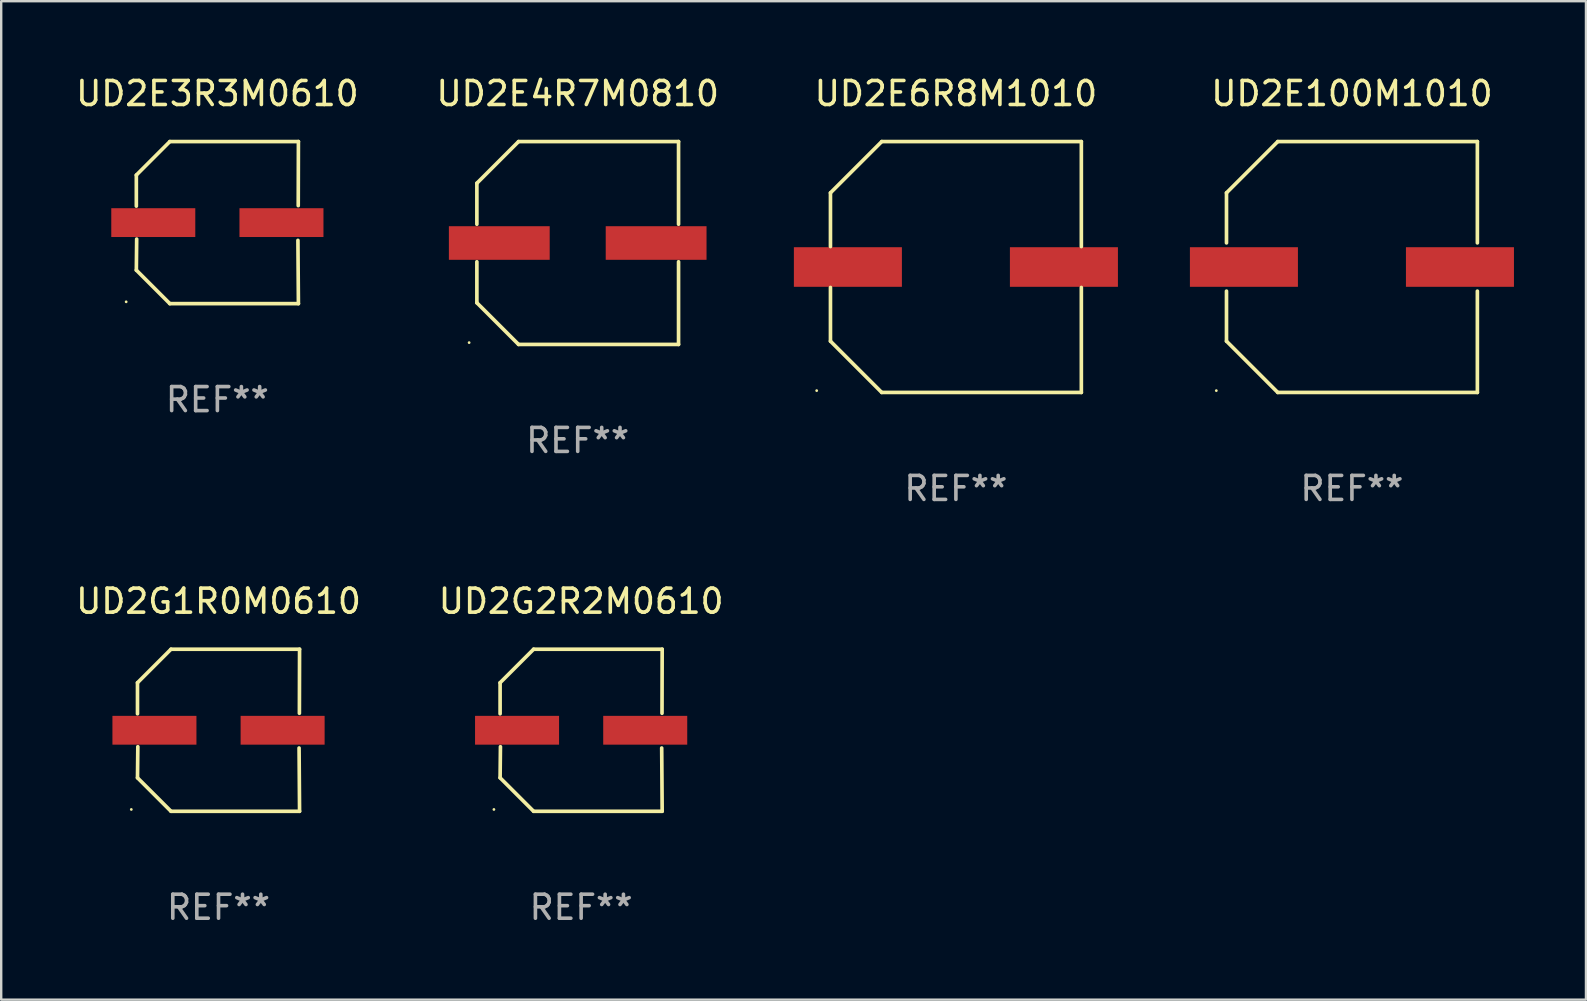
<source format=kicad_pcb>
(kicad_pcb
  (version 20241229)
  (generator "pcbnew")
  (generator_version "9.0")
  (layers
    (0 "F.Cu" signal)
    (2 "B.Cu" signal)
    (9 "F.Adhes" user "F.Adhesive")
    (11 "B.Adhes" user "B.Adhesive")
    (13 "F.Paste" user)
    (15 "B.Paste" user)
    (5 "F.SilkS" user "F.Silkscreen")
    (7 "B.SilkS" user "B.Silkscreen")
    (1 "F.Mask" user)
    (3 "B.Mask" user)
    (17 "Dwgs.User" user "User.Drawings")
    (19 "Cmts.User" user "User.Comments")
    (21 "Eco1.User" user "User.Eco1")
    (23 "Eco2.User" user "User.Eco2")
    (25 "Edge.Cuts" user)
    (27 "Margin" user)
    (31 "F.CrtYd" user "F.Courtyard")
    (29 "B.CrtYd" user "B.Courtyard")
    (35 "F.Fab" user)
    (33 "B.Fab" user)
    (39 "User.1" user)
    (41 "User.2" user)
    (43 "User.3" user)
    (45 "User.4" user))
  (footprint "UD2E6R8M1010"
    (layer "F.Cu")
    (at 36.774 8.074)
    (property "Reference" "UD2E6R8M1010" (at 0 -7.226 0) (layer "F.SilkS") (effects (font (size 1 1) (thickness 0.15))))
    (attr through_hole)
    (fp_line (start -5.226 -3.09) (end -5.226 -0.852) (stroke (width 0.152) (type solid)) (layer "F.SilkS"))
    (fp_line (start -5.226 3.09) (end -5.226 0.852) (stroke (width 0.152) (type solid)) (layer "F.SilkS"))
    (fp_line (start -3.09 -5.226) (end -5.226 -3.09) (stroke (width 0.152) (type solid)) (layer "F.SilkS"))
    (fp_line (start -3.09 5.226) (end -5.226 3.09) (stroke (width 0.152) (type solid)) (layer "F.SilkS"))
    (fp_line (start 5.226 -5.226) (end -3.09 -5.226) (stroke (width 0.152) (type solid)) (layer "F.SilkS"))
    (fp_line (start 5.226 -0.852) (end 5.226 -5.226) (stroke (width 0.152) (type solid)) (layer "F.SilkS"))
    (fp_line (start 5.226 0.852) (end 5.226 5.226) (stroke (width 0.152) (type solid)) (layer "F.SilkS"))
    (fp_line (start 5.226 5.226) (end -3.09 5.226) (stroke (width 0.152) (type solid)) (layer "F.SilkS"))
    (fp_circle (center -5.8 5.15) (end -5.77 5.15) (stroke (width 0.06) (type solid)) (fill no) (layer "F.SilkS"))
    (fp_text user "REF**" (at 0 9.226 0) (layer "F.Fab") (effects (font (size 1 1) (thickness 0.15))))
    (pad "1" smd rect (at -4.5 0) (size 4.5 1.65) (layers "F.Cu" "F.Mask" "F.Paste"))
    (pad "2" smd rect (at 4.5 0) (size 4.5 1.65) (layers "F.Cu" "F.Mask" "F.Paste")))
  (footprint "UD2E100M1010"
    (layer "F.Cu")
    (at 53.273 8.074)
    (property "Reference" "UD2E100M1010" (at 0 -7.226 0) (layer "F.SilkS") (effects (font (size 1 1) (thickness 0.15))))
    (attr through_hole)
    (fp_line (start -5.226 -3.09) (end -5.226 -1.005) (stroke (width 0.152) (type solid)) (layer "F.SilkS"))
    (fp_line (start -5.226 1.005) (end -5.226 3.09) (stroke (width 0.152) (type solid)) (layer "F.SilkS"))
    (fp_line (start -3.09 -5.226) (end -5.226 -3.09) (stroke (width 0.152) (type solid)) (layer "F.SilkS"))
    (fp_line (start -3.09 5.226) (end -5.226 3.09) (stroke (width 0.152) (type solid)) (layer "F.SilkS"))
    (fp_line (start 5.226 -5.226) (end -3.09 -5.226) (stroke (width 0.152) (type solid)) (layer "F.SilkS"))
    (fp_line (start 5.226 -1.005) (end 5.226 -5.226) (stroke (width 0.152) (type solid)) (layer "F.SilkS"))
    (fp_line (start 5.226 5.226) (end -3.09 5.226) (stroke (width 0.152) (type solid)) (layer "F.SilkS"))
    (fp_line (start 5.226 5.226) (end 5.226 1.005) (stroke (width 0.152) (type solid)) (layer "F.SilkS"))
    (fp_circle (center -5.65 5.15) (end -5.62 5.15) (stroke (width 0.06) (type solid)) (fill no) (layer "F.SilkS"))
    (fp_text user "REF**" (at 0 9.226 0) (layer "F.Fab") (effects (font (size 1 1) (thickness 0.15))))
    (pad "1" smd rect (at -4.5 0) (size 4.5 1.65) (layers "F.Cu" "F.Mask" "F.Paste"))
    (pad "2" smd rect (at 4.5 0) (size 4.5 1.65) (layers "F.Cu" "F.Mask" "F.Paste")))
  (footprint "UD2G1R0M0610"
    (layer "F.Cu")
    (at 6.054 27.373)
    (property "Reference" "UD2G1R0M0610" (at 0 -5.376 0) (layer "F.SilkS") (effects (font (size 1 1) (thickness 0.15))))
    (attr through_hole)
    (fp_line (start -3.376 -1.98) (end -3.376 -0.686) (stroke (width 0.152) (type solid)) (layer "F.SilkS"))
    (fp_line (start -3.376 1.981) (end -3.362 0.686) (stroke (width 0.152) (type solid)) (layer "F.SilkS"))
    (fp_line (start -1.981 3.376) (end -3.376 1.981) (stroke (width 0.152) (type solid)) (layer "F.SilkS"))
    (fp_line (start -1.98 -3.376) (end -3.376 -1.98) (stroke (width 0.152) (type solid)) (layer "F.SilkS"))
    (fp_line (start 3.356 0.74) (end 3.376 3.376) (stroke (width 0.152) (type solid)) (layer "F.SilkS"))
    (fp_line (start 3.369 -0.707) (end 3.376 -3.376) (stroke (width 0.152) (type solid)) (layer "F.SilkS"))
    (fp_line (start 3.376 3.376) (end -1.981 3.376) (stroke (width 0.152) (type solid)) (layer "F.SilkS"))
    (fp_line (start 3.376 -3.376) (end -1.98 -3.376) (stroke (width 0.152) (type solid)) (layer "F.SilkS"))
    (fp_circle (center -3.634 3.3) (end -3.604 3.3) (stroke (width 0.06) (type solid)) (fill no) (layer "F.SilkS"))
    (fp_text user "REF**" (at 0 7.376 0) (layer "F.Fab") (effects (font (size 1 1) (thickness 0.15))))
    (pad "1" smd rect (at -2.67 0.000254) (size 3.5 1.2) (layers "F.Cu" "F.Mask" "F.Paste"))
    (pad "2" smd rect (at 2.67 0.000254) (size 3.5 1.2) (layers "F.Cu" "F.Mask" "F.Paste")))
  (footprint "UD2E4R7M0810"
    (layer "F.Cu")
    (at 21.018 7.074)
    (property "Reference" "UD2E4R7M0810" (at 0 -6.226 0) (layer "F.SilkS") (effects (font (size 1 1) (thickness 0.15))))
    (attr through_hole)
    (fp_line (start -4.201 -2.49) (end -4.201 -0.782) (stroke (width 0.152) (type solid)) (layer "F.SilkS"))
    (fp_line (start -4.201 2.49) (end -4.201 0.782) (stroke (width 0.152) (type solid)) (layer "F.SilkS"))
    (fp_line (start -2.465 -4.226) (end -4.201 -2.49) (stroke (width 0.152) (type solid)) (layer "F.SilkS"))
    (fp_line (start -2.465 4.226) (end -4.201 2.49) (stroke (width 0.152) (type solid)) (layer "F.SilkS"))
    (fp_line (start 4.201 -4.226) (end -2.465 -4.226) (stroke (width 0.152) (type solid)) (layer "F.SilkS"))
    (fp_line (start 4.201 -0.782) (end 4.201 -4.226) (stroke (width 0.152) (type solid)) (layer "F.SilkS"))
    (fp_line (start 4.201 0.782) (end 4.201 4.226) (stroke (width 0.152) (type solid)) (layer "F.SilkS"))
    (fp_line (start 4.201 4.226) (end -2.465 4.226) (stroke (width 0.152) (type solid)) (layer "F.SilkS"))
    (fp_circle (center -4.524 4.15) (end -4.494 4.15) (stroke (width 0.06) (type solid)) (fill no) (layer "F.SilkS"))
    (fp_text user "REF**" (at 0 8.226 0) (layer "F.Fab") (effects (font (size 1 1) (thickness 0.15))))
    (pad "1" smd rect (at -3.267 0) (size 4.2 1.4) (layers "F.Cu" "F.Mask" "F.Paste"))
    (pad "2" smd rect (at 3.267 0) (size 4.2 1.4) (layers "F.Cu" "F.Mask" "F.Paste")))
  (footprint "UD2G2R2M0610"
    (layer "F.Cu")
    (at 21.161 27.373)
    (property "Reference" "UD2G2R2M0610" (at 0 -5.376 0) (layer "F.SilkS") (effects (font (size 1 1) (thickness 0.15))))
    (attr through_hole)
    (fp_line (start -3.376 -1.98) (end -3.376 -0.686) (stroke (width 0.152) (type solid)) (layer "F.SilkS"))
    (fp_line (start -3.376 1.981) (end -3.362 0.686) (stroke (width 0.152) (type solid)) (layer "F.SilkS"))
    (fp_line (start -1.981 3.376) (end -3.376 1.981) (stroke (width 0.152) (type solid)) (layer "F.SilkS"))
    (fp_line (start -1.98 -3.376) (end -3.376 -1.98) (stroke (width 0.152) (type solid)) (layer "F.SilkS"))
    (fp_line (start 3.356 0.74) (end 3.376 3.376) (stroke (width 0.152) (type solid)) (layer "F.SilkS"))
    (fp_line (start 3.369 -0.707) (end 3.376 -3.376) (stroke (width 0.152) (type solid)) (layer "F.SilkS"))
    (fp_line (start 3.376 3.376) (end -1.981 3.376) (stroke (width 0.152) (type solid)) (layer "F.SilkS"))
    (fp_line (start 3.376 -3.376) (end -1.98 -3.376) (stroke (width 0.152) (type solid)) (layer "F.SilkS"))
    (fp_circle (center -3.634 3.3) (end -3.604 3.3) (stroke (width 0.06) (type solid)) (fill no) (layer "F.SilkS"))
    (fp_text user "REF**" (at 0 7.376 0) (layer "F.Fab") (effects (font (size 1 1) (thickness 0.15))))
    (pad "1" smd rect (at -2.67 0.000254) (size 3.5 1.2) (layers "F.Cu" "F.Mask" "F.Paste"))
    (pad "2" smd rect (at 2.67 0.000254) (size 3.5 1.2) (layers "F.Cu" "F.Mask" "F.Paste")))
  (footprint "UD2E3R3M0610"
    (layer "F.Cu")
    (at 6.006 6.224)
    (property "Reference" "UD2E3R3M0610" (at 0 -5.376 0) (layer "F.SilkS") (effects (font (size 1 1) (thickness 0.15))))
    (attr through_hole)
    (fp_line (start -3.376 -1.98) (end -3.376 -0.686) (stroke (width 0.152) (type solid)) (layer "F.SilkS"))
    (fp_line (start -3.376 1.981) (end -3.362 0.686) (stroke (width 0.152) (type solid)) (layer "F.SilkS"))
    (fp_line (start -1.981 3.376) (end -3.376 1.981) (stroke (width 0.152) (type solid)) (layer "F.SilkS"))
    (fp_line (start -1.98 -3.376) (end -3.376 -1.98) (stroke (width 0.152) (type solid)) (layer "F.SilkS"))
    (fp_line (start 3.356 0.74) (end 3.376 3.376) (stroke (width 0.152) (type solid)) (layer "F.SilkS"))
    (fp_line (start 3.369 -0.707) (end 3.376 -3.376) (stroke (width 0.152) (type solid)) (layer "F.SilkS"))
    (fp_line (start 3.376 3.376) (end -1.981 3.376) (stroke (width 0.152) (type solid)) (layer "F.SilkS"))
    (fp_line (start 3.376 -3.376) (end -1.98 -3.376) (stroke (width 0.152) (type solid)) (layer "F.SilkS"))
    (fp_circle (center -3.8 3.3) (end -3.77 3.3) (stroke (width 0.06) (type solid)) (fill no) (layer "F.SilkS"))
    (fp_text user "REF**" (at 0 7.376 0) (layer "F.Fab") (effects (font (size 1 1) (thickness 0.15))))
    (pad "1" smd rect (at -2.67 0.000203) (size 3.5 1.2) (layers "F.Cu" "F.Mask" "F.Paste"))
    (pad "2" smd rect (at 2.67 0.000203) (size 3.5 1.2) (layers "F.Cu" "F.Mask" "F.Paste")))
  (gr_rect
    (start -3 -3)
    (end 63.023 38.597)
    (stroke (width 0.1) (type default))
    (fill no)
    (layer "Edge.Cuts")))
</source>
